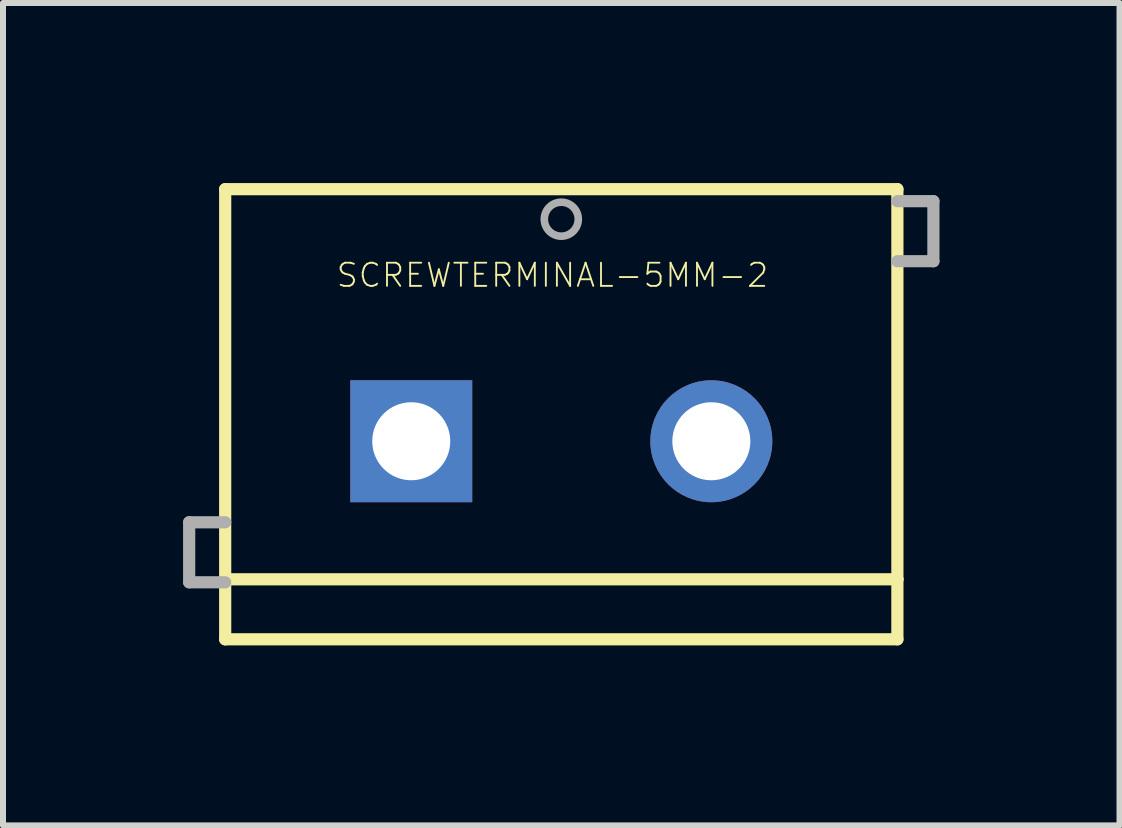
<source format=kicad_pcb>
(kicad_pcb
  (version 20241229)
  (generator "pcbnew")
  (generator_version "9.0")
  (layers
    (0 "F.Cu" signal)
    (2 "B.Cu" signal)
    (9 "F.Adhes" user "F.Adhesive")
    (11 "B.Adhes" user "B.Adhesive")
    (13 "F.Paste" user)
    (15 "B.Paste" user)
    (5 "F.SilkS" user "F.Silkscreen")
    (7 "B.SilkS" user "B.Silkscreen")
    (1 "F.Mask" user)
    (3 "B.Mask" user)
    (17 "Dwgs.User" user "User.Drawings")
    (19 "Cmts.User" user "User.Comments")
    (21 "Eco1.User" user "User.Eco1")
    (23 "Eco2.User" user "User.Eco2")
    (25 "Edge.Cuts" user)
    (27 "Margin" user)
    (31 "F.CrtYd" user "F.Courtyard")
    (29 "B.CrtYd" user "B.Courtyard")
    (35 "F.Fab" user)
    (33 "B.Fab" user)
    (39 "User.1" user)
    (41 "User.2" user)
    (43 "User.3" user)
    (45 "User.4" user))
  (footprint "SCREWTERMINAL-5MM-2"
    (layer "F.Cu")
    (at 3.802 4.302)
    (property "Reference" "SCREWTERMINAL-5MM-2" (at -1.27 -2.54 0) (layer "F.SilkS") (effects (font (size 0.386 0.386) (thickness 0.031)) (justify left bottom)))
    (attr through_hole)
    (fp_line (start -3.1 -4.2) (end 8.1 -4.2) (stroke (width 0.203) (type solid)) (layer "F.SilkS"))
    (fp_line (start -3.1 2.3) (end -3.1 -4.2) (stroke (width 0.203) (type solid)) (layer "F.SilkS"))
    (fp_line (start -3.1 3.3) (end -3.1 2.3) (stroke (width 0.203) (type solid)) (layer "F.SilkS"))
    (fp_line (start 8.1 -4.2) (end 8.1 2.3) (stroke (width 0.203) (type solid)) (layer "F.SilkS"))
    (fp_line (start 8.1 2.3) (end -3.1 2.3) (stroke (width 0.203) (type solid)) (layer "F.SilkS"))
    (fp_line (start 8.1 2.3) (end 8.1 3.3) (stroke (width 0.203) (type solid)) (layer "F.SilkS"))
    (fp_line (start 8.1 3.3) (end -3.1 3.3) (stroke (width 0.203) (type solid)) (layer "F.SilkS"))
    (fp_line (start -3.7 1.35) (end -3.7 2.35) (stroke (width 0.203) (type solid)) (layer "F.Fab"))
    (fp_line (start -3.7 2.35) (end -3.1 2.35) (stroke (width 0.203) (type solid)) (layer "F.Fab"))
    (fp_line (start -3.1 1.35) (end -3.7 1.35) (stroke (width 0.203) (type solid)) (layer "F.Fab"))
    (fp_line (start 8.1 -4) (end 8.7 -4) (stroke (width 0.203) (type solid)) (layer "F.Fab"))
    (fp_line (start 8.7 -4) (end 8.7 -3) (stroke (width 0.203) (type solid)) (layer "F.Fab"))
    (fp_line (start 8.7 -3) (end 8.1 -3) (stroke (width 0.203) (type solid)) (layer "F.Fab"))
    (fp_circle (center 2.5 -3.7) (end 2.783 -3.7) (stroke (width 0.127) (type solid)) (fill no) (layer "F.Fab"))
    (pad "1" thru_hole rect (at 0 0) (size 2.032 2.032) (drill 1.3) (layers "*.Cu" "*.Mask"))
    (pad "2" thru_hole circle (at 5 0) (size 2.032 2.032) (drill 1.3) (layers "*.Cu" "*.Mask")))
  (gr_rect
    (start -3 -3)
    (end 15.603 10.703)
    (stroke (width 0.1) (type default))
    (fill no)
    (layer "Edge.Cuts")))
</source>
